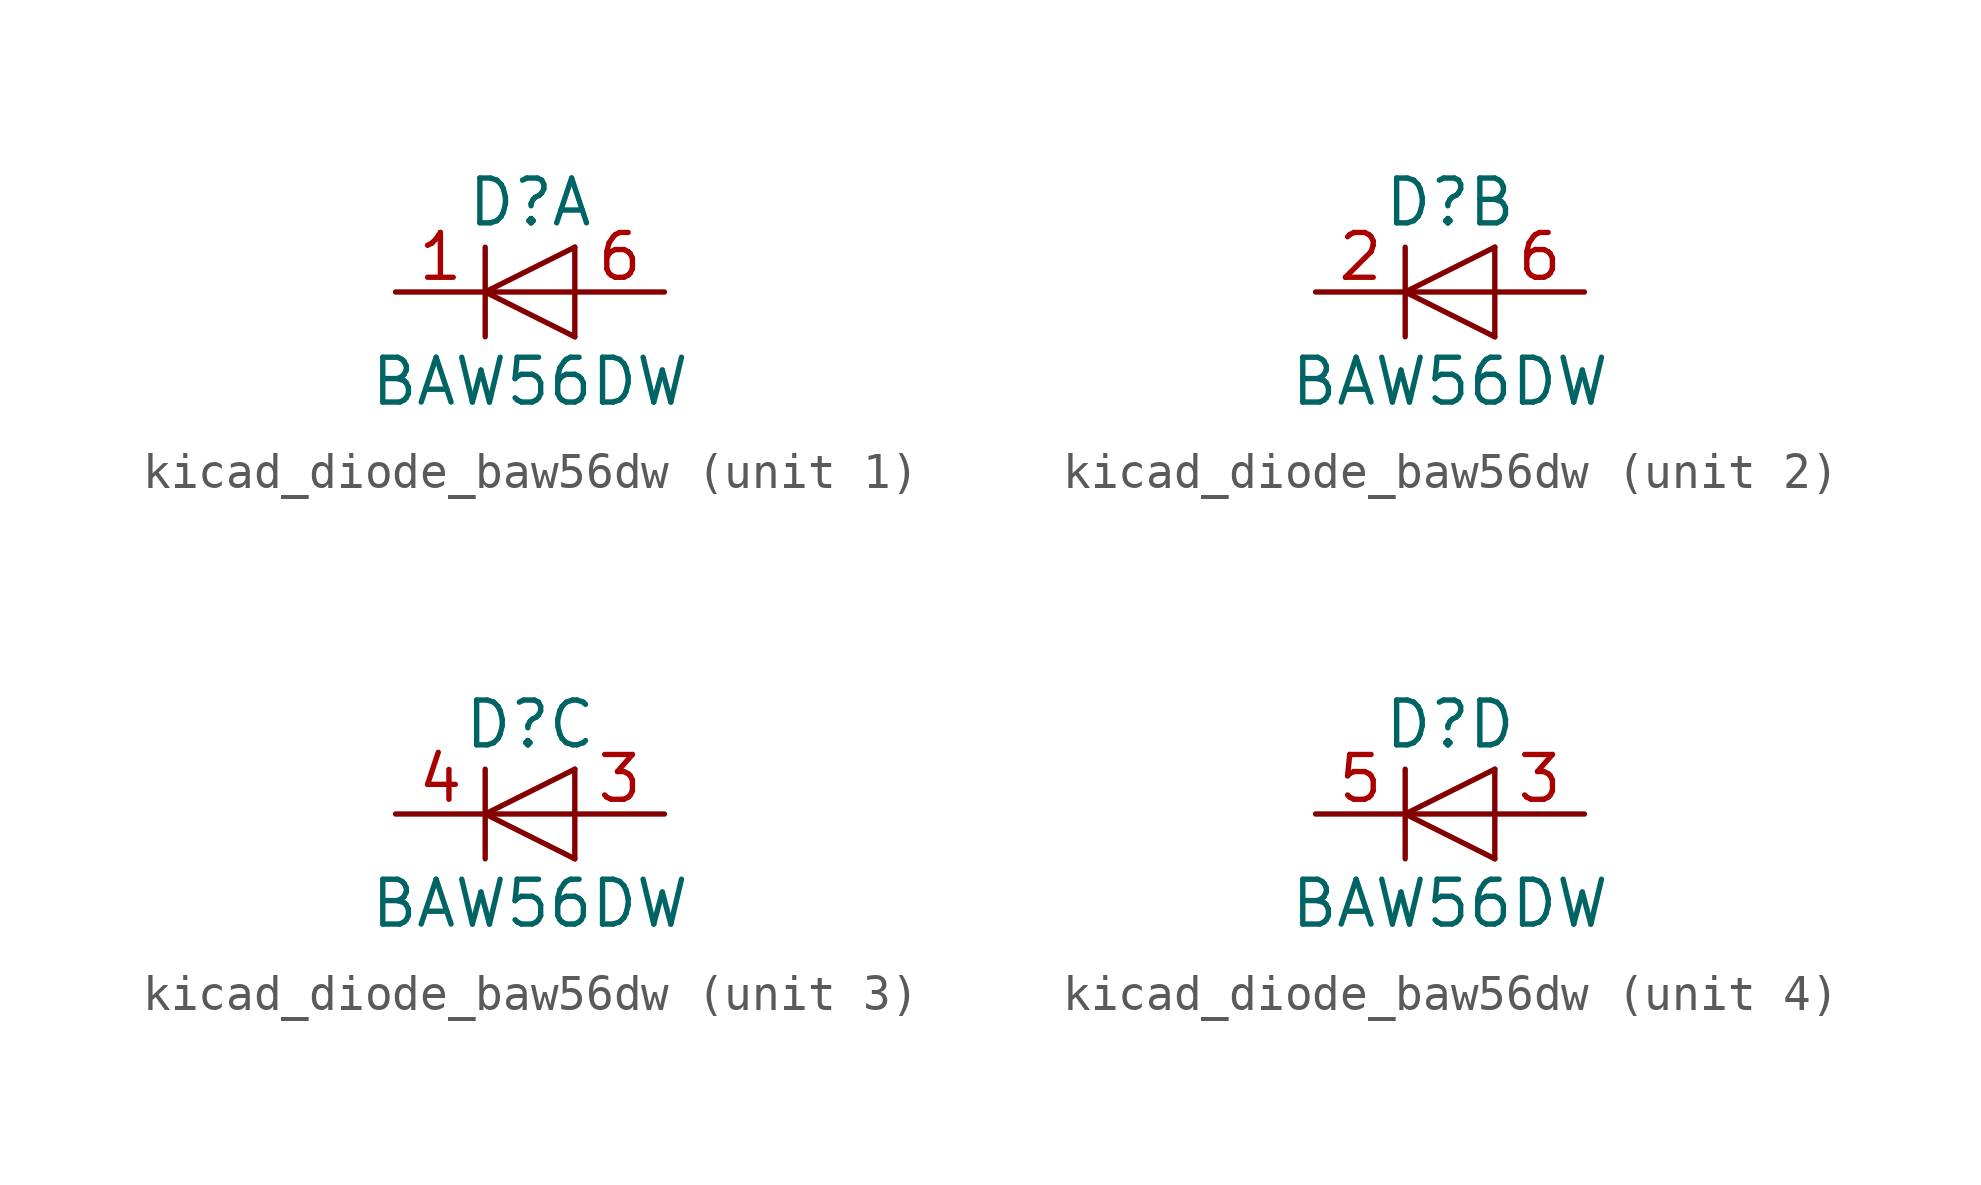
<source format=kicad_sym>
(kicad_symbol_lib
  (version 20220914)
  (generator kicad_symbol_editor)
  (symbol "kicad_diode_baw56dw"
    (pin_names
      (offset 1.016) hide)
    (property "Reference" "D"
      (at 0 2.54 0)
      (effects (font (size 1.27 1.27))))
    (property "Value" "BAW56DW"
      (at 0 -2.54 0)
      (effects (font (size 1.27 1.27))))
    (symbol "kicad_diode_baw56dw_0_1"
      (polyline (pts (xy -1.27 1.27) (xy -1.27 -1.27)) (stroke (width 0.152) (type default)) (fill (type none)))
      (polyline (pts (xy 1.27 -1.27) (xy 1.27 1.27)) (stroke (width 0) (type default)) (fill (type none)))
      (polyline (pts (xy 1.27 0) (xy -1.27 0)) (stroke (width 0) (type default)) (fill (type none)))
      (polyline (pts (xy 1.27 1.27) (xy -1.27 0) (xy 1.27 -1.27)) (stroke (width 0) (type default)) (fill (type none))))
    (symbol "kicad_diode_baw56dw_1_1"
      (pin passive line (at -3.81 0 0) (length 2.54) (name "K" (effects (font (size 1.27 1.27)))) (number "1" (effects (font (size 1.27 1.27)))))
      (pin passive line (at 3.81 0 180) (length 2.54) (name "A" (effects (font (size 1.27 1.27)))) (number "6" (effects (font (size 1.27 1.27))))))
    (symbol "kicad_diode_baw56dw_2_1"
      (pin passive line (at -3.81 0 0) (length 2.54) (name "K" (effects (font (size 1.27 1.27)))) (number "2" (effects (font (size 1.27 1.27)))))
      (pin passive line (at 3.81 0 180) (length 2.54) (name "A" (effects (font (size 1.27 1.27)))) (number "6" (effects (font (size 1.27 1.27))))))
    (symbol "kicad_diode_baw56dw_3_1"
      (pin passive line (at 3.81 0 180) (length 2.54) (name "A" (effects (font (size 1.27 1.27)))) (number "3" (effects (font (size 1.27 1.27)))))
      (pin passive line (at -3.81 0 0) (length 2.54) (name "K" (effects (font (size 1.27 1.27)))) (number "4" (effects (font (size 1.27 1.27))))))
    (symbol "kicad_diode_baw56dw_4_1"
      (pin passive line (at 3.81 0 180) (length 2.54) (name "A" (effects (font (size 1.27 1.27)))) (number "3" (effects (font (size 1.27 1.27)))))
      (pin passive line (at -3.81 0 0) (length 2.54) (name "K" (effects (font (size 1.27 1.27)))) (number "5" (effects (font (size 1.27 1.27))))))))
</source>
